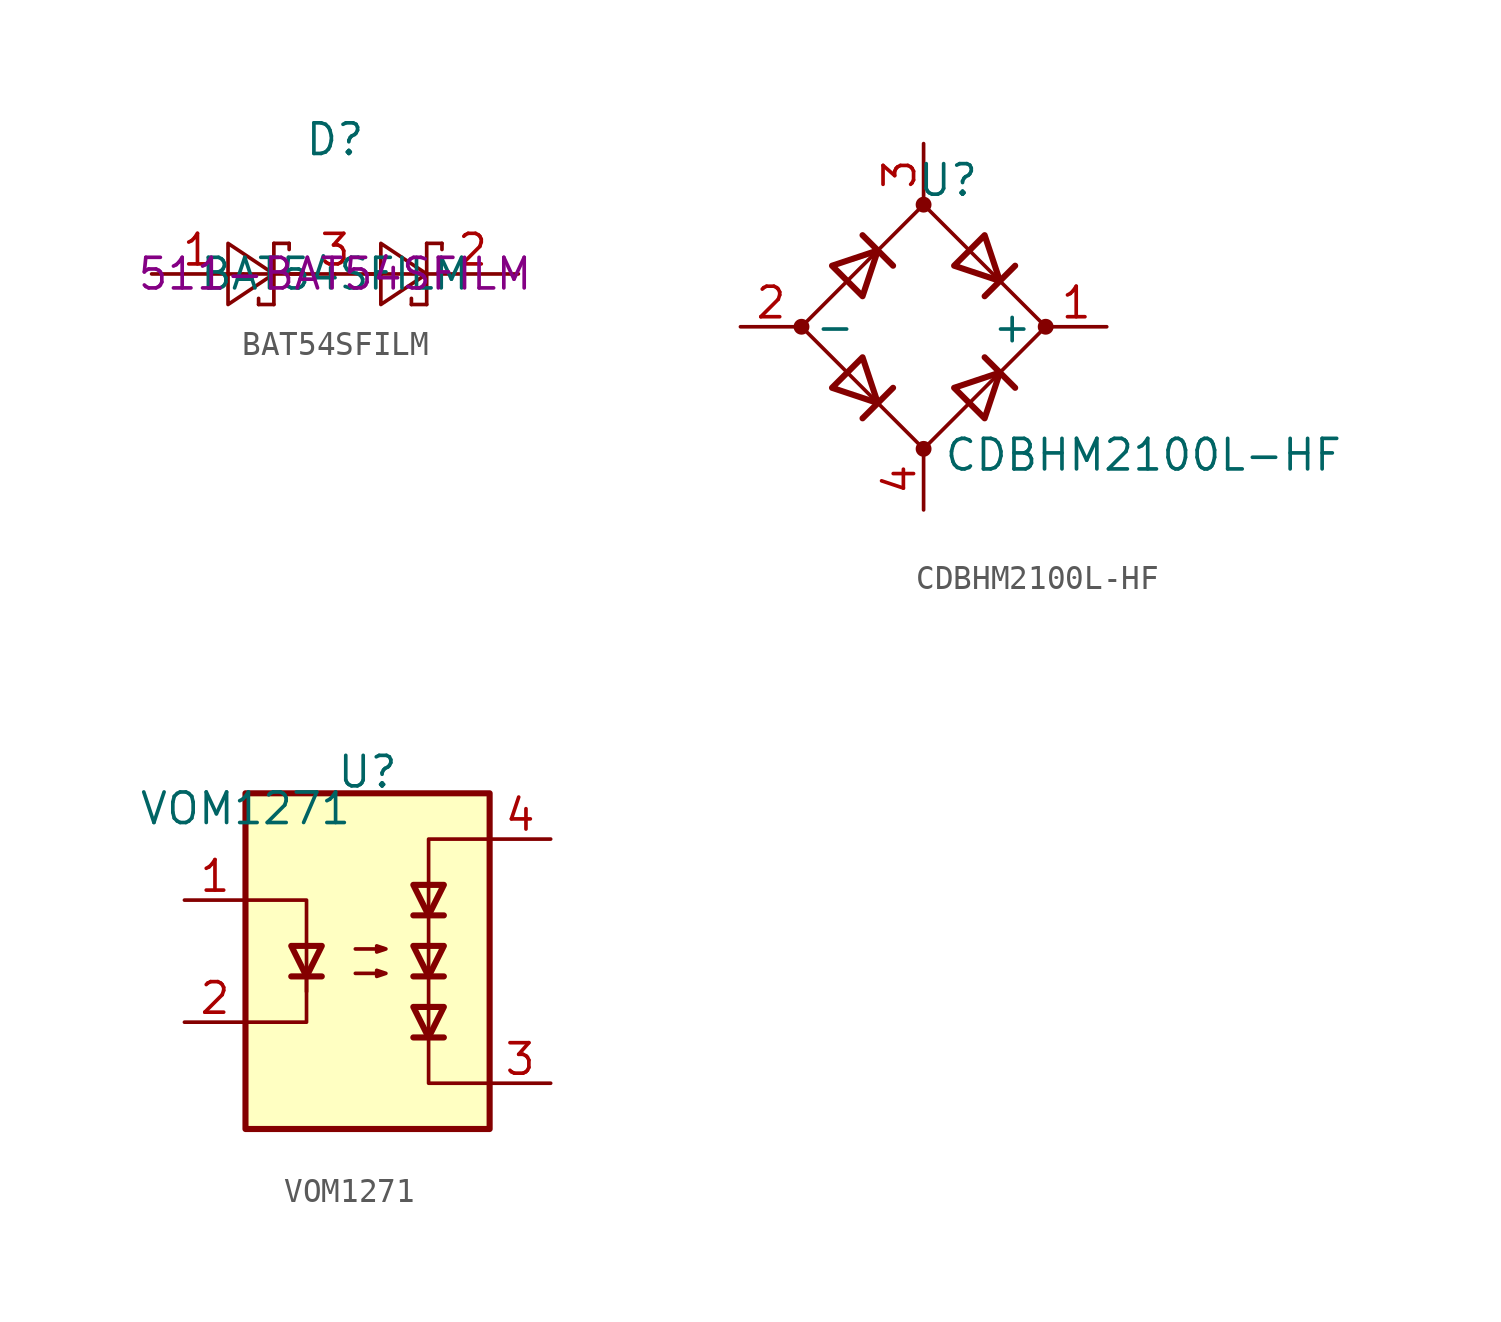
<source format=kicad_sym>
(kicad_symbol_lib
  (version 20231120)
  (generator "kicad_symbol_editor")
  (generator_version "8.0")
  (symbol "BAT54SFILM"
    (property "Reference" "D"
      (at 0 5.588 0)
      (effects (font (size 1.27 1.27))))
    (property "Value" "BAT54SFILM"
      (at 0 0 0)
      (effects (font (size 1.27 1.27))))
    (property "Mouser" "511-BAT54SFILM"
      (at 0 0 0)
      (effects (font (size 1.27 1.27))))
    (symbol "BAT54SFILM_0_1"
      (polyline (pts (xy -3.81 0) (xy -1.27 0)) (stroke (width 0) (type default)) (fill (type none)))
      (polyline (pts (xy -3.175 -1.27) (xy -3.175 -1.016)) (stroke (width 0) (type default)) (fill (type none)))
      (polyline (pts (xy -2.54 -1.27) (xy -3.175 -1.27)) (stroke (width 0) (type default)) (fill (type none)))
      (polyline (pts (xy -2.54 -1.27) (xy -2.54 1.27)) (stroke (width 0) (type default)) (fill (type none)))
      (polyline (pts (xy -2.54 1.27) (xy -1.905 1.27)) (stroke (width 0) (type default)) (fill (type none)))
      (polyline (pts (xy -1.905 0) (xy 1.905 0)) (stroke (width 0) (type default)) (fill (type none)))
      (polyline (pts (xy -1.905 1.27) (xy -1.905 1.016)) (stroke (width 0) (type default)) (fill (type none)))
      (polyline (pts (xy 1.27 0) (xy 3.81 0)) (stroke (width 0) (type default)) (fill (type none)))
      (polyline (pts (xy 3.175 -1.27) (xy 3.175 -1.016)) (stroke (width 0) (type default)) (fill (type none)))
      (polyline (pts (xy 3.81 -1.27) (xy 3.175 -1.27)) (stroke (width 0) (type default)) (fill (type none)))
      (polyline (pts (xy 3.81 -1.27) (xy 3.81 1.27)) (stroke (width 0) (type default)) (fill (type none)))
      (polyline (pts (xy 3.81 1.27) (xy 4.445 1.27)) (stroke (width 0) (type default)) (fill (type none)))
      (polyline (pts (xy 4.445 1.27) (xy 4.445 1.016)) (stroke (width 0) (type default)) (fill (type none)))
      (polyline (pts (xy -4.445 1.27) (xy -4.445 -1.27) (xy -2.54 0) (xy -4.445 1.27)) (stroke (width 0) (type default)) (fill (type none)))
      (polyline (pts (xy 1.905 1.27) (xy 1.905 -1.27) (xy 3.81 0) (xy 1.905 1.27)) (stroke (width 0) (type default)) (fill (type none))))
    (symbol "BAT54SFILM_1_1"
      (pin passive line (at -7.62 0 0) (length 3.81) (name "" (effects (font (size 1.27 1.27)))) (number "1" (effects (font (size 1.27 1.27)))))
      (pin passive line (at 7.62 0 180) (length 3.81) (name "" (effects (font (size 1.27 1.27)))) (number "2" (effects (font (size 1.27 1.27)))))
      (pin passive line (at 0 0 0) (length 0) (name "" (effects (font (size 1.27 1.27)))) (number "3" (effects (font (size 1.27 1.27)))))))
  (symbol "CDBHM2100L-HF"
    (property "Reference" "U"
      (at 1.016 6.096 0)
      (effects (font (size 1.27 1.27))))
    (property "Value" "CDBHM2100L-HF"
      (at 9.144 -5.334 0)
      (effects (font (size 1.27 1.27))))
    (symbol "CDBHM2100L-HF_0_1"
      (circle (center -5.08 0) (radius 0.254) (stroke (width 0) (type default)) (fill (type outline)))
      (circle (center 0 -5.08) (radius 0.254) (stroke (width 0) (type default)) (fill (type outline)))
      (polyline (pts (xy -2.54 3.81) (xy -1.27 2.54)) (stroke (width 0.254) (type default)) (fill (type none)))
      (polyline (pts (xy -1.27 -2.54) (xy -2.54 -3.81)) (stroke (width 0.254) (type default)) (fill (type none)))
      (polyline (pts (xy 2.54 -1.27) (xy 3.81 -2.54)) (stroke (width 0.254) (type default)) (fill (type none)))
      (polyline (pts (xy 2.54 1.27) (xy 3.81 2.54)) (stroke (width 0.254) (type default)) (fill (type none)))
      (polyline (pts (xy -3.81 2.54) (xy -2.54 1.27) (xy -1.905 3.175) (xy -3.81 2.54)) (stroke (width 0.254) (type default)) (fill (type none)))
      (polyline (pts (xy -2.54 -1.27) (xy -3.81 -2.54) (xy -1.905 -3.175) (xy -2.54 -1.27)) (stroke (width 0.254) (type default)) (fill (type none)))
      (polyline (pts (xy 1.27 2.54) (xy 2.54 3.81) (xy 3.175 1.905) (xy 1.27 2.54)) (stroke (width 0.254) (type default)) (fill (type none)))
      (polyline (pts (xy 3.175 -1.905) (xy 1.27 -2.54) (xy 2.54 -3.81) (xy 3.175 -1.905)) (stroke (width 0.254) (type default)) (fill (type none)))
      (polyline (pts (xy -5.08 0) (xy 0 -5.08) (xy 5.08 0) (xy 0 5.08) (xy -5.08 0)) (stroke (width 0) (type default)) (fill (type none)))
      (circle (center 0 5.08) (radius 0.254) (stroke (width 0) (type default)) (fill (type outline)))
      (circle (center 5.08 0) (radius 0.254) (stroke (width 0) (type default)) (fill (type outline))))
    (symbol "CDBHM2100L-HF_1_1"
      (pin passive line (at 7.62 0 180) (length 2.54) (name "+" (effects (font (size 1.27 1.27)))) (number "1" (effects (font (size 1.27 1.27)))))
      (pin passive line (at -7.62 0 0) (length 2.54) (name "-" (effects (font (size 1.27 1.27)))) (number "2" (effects (font (size 1.27 1.27)))))
      (pin passive line (at 0 7.62 270) (length 2.54) (name "~" (effects (font (size 1.27 1.27)))) (number "3" (effects (font (size 1.27 1.27)))))
      (pin passive line (at 0 -7.62 90) (length 2.54) (name "~" (effects (font (size 1.27 1.27)))) (number "4" (effects (font (size 1.27 1.27)))))))
  (symbol "VOM1271"
    (property "Reference" "U"
      (at 0 7.874 0)
      (effects (font (size 1.27 1.27))))
    (property "Value" "VOM1271"
      (at -5.08 6.35 0)
      (effects (font (size 1.27 1.27))))
    (symbol "VOM1271_0_1"
      (rectangle (start -5.08 6.985) (end 5.08 -6.985) (stroke (width 0.254) (type default)) (fill (type background)))
      (polyline (pts (xy -3.175 -0.635) (xy -1.905 -0.635)) (stroke (width 0.254) (type default)) (fill (type none)))
      (polyline (pts (xy 1.905 -3.175) (xy 3.175 -3.175)) (stroke (width 0.254) (type default)) (fill (type none)))
      (polyline (pts (xy 1.905 -0.635) (xy 3.175 -0.635)) (stroke (width 0.254) (type default)) (fill (type none)))
      (polyline (pts (xy 1.905 1.905) (xy 3.175 1.905)) (stroke (width 0.254) (type default)) (fill (type none)))
      (polyline (pts (xy -2.54 -0.635) (xy -2.54 -2.54) (xy -5.08 -2.54)) (stroke (width 0) (type default)) (fill (type none)))
      (polyline (pts (xy -5.08 2.54) (xy -2.54 2.54) (xy -2.54 -1.27) (xy -2.54 0.635)) (stroke (width 0) (type default)) (fill (type none)))
      (polyline (pts (xy -2.54 -0.635) (xy -3.175 0.635) (xy -1.905 0.635) (xy -2.54 -0.635)) (stroke (width 0.254) (type default)) (fill (type none)))
      (polyline (pts (xy 2.54 -3.175) (xy 1.905 -1.905) (xy 3.175 -1.905) (xy 2.54 -3.175)) (stroke (width 0.254) (type default)) (fill (type none)))
      (polyline (pts (xy 2.54 -0.635) (xy 1.905 0.635) (xy 3.175 0.635) (xy 2.54 -0.635)) (stroke (width 0.254) (type default)) (fill (type none)))
      (polyline (pts (xy 2.54 1.905) (xy 1.905 3.175) (xy 3.175 3.175) (xy 2.54 1.905)) (stroke (width 0.254) (type default)) (fill (type none)))
      (polyline (pts (xy -0.508 -0.508) (xy 0.762 -0.508) (xy 0.381 -0.635) (xy 0.381 -0.381) (xy 0.762 -0.508)) (stroke (width 0) (type default)) (fill (type none)))
      (polyline (pts (xy -0.508 0.508) (xy 0.762 0.508) (xy 0.381 0.381) (xy 0.381 0.635) (xy 0.762 0.508)) (stroke (width 0) (type default)) (fill (type none))))
    (symbol "VOM1271_1_1"
      (polyline (pts (xy 2.54 -3.175) (xy 2.54 3.175)) (stroke (width 0) (type default)) (fill (type none)))
      (polyline (pts (xy 2.54 3.175) (xy 2.54 5.08) (xy 5.08 5.08)) (stroke (width 0) (type default)) (fill (type none)))
      (polyline (pts (xy 5.08 -5.08) (xy 2.54 -5.08) (xy 2.54 -3.175)) (stroke (width 0) (type default)) (fill (type none)))
      (pin passive line (at -7.62 2.54 0) (length 2.54) (name "~" (effects (font (size 1.27 1.27)))) (number "1" (effects (font (size 1.27 1.27)))))
      (pin passive line (at -7.62 -2.54 0) (length 2.54) (name "~" (effects (font (size 1.27 1.27)))) (number "2" (effects (font (size 1.27 1.27)))))
      (pin passive line (at 7.62 -5.08 180) (length 2.54) (name "~" (effects (font (size 1.27 1.27)))) (number "3" (effects (font (size 1.27 1.27)))))
      (pin passive line (at 7.62 5.08 180) (length 2.54) (name "~" (effects (font (size 1.27 1.27)))) (number "4" (effects (font (size 1.27 1.27))))))))
</source>
